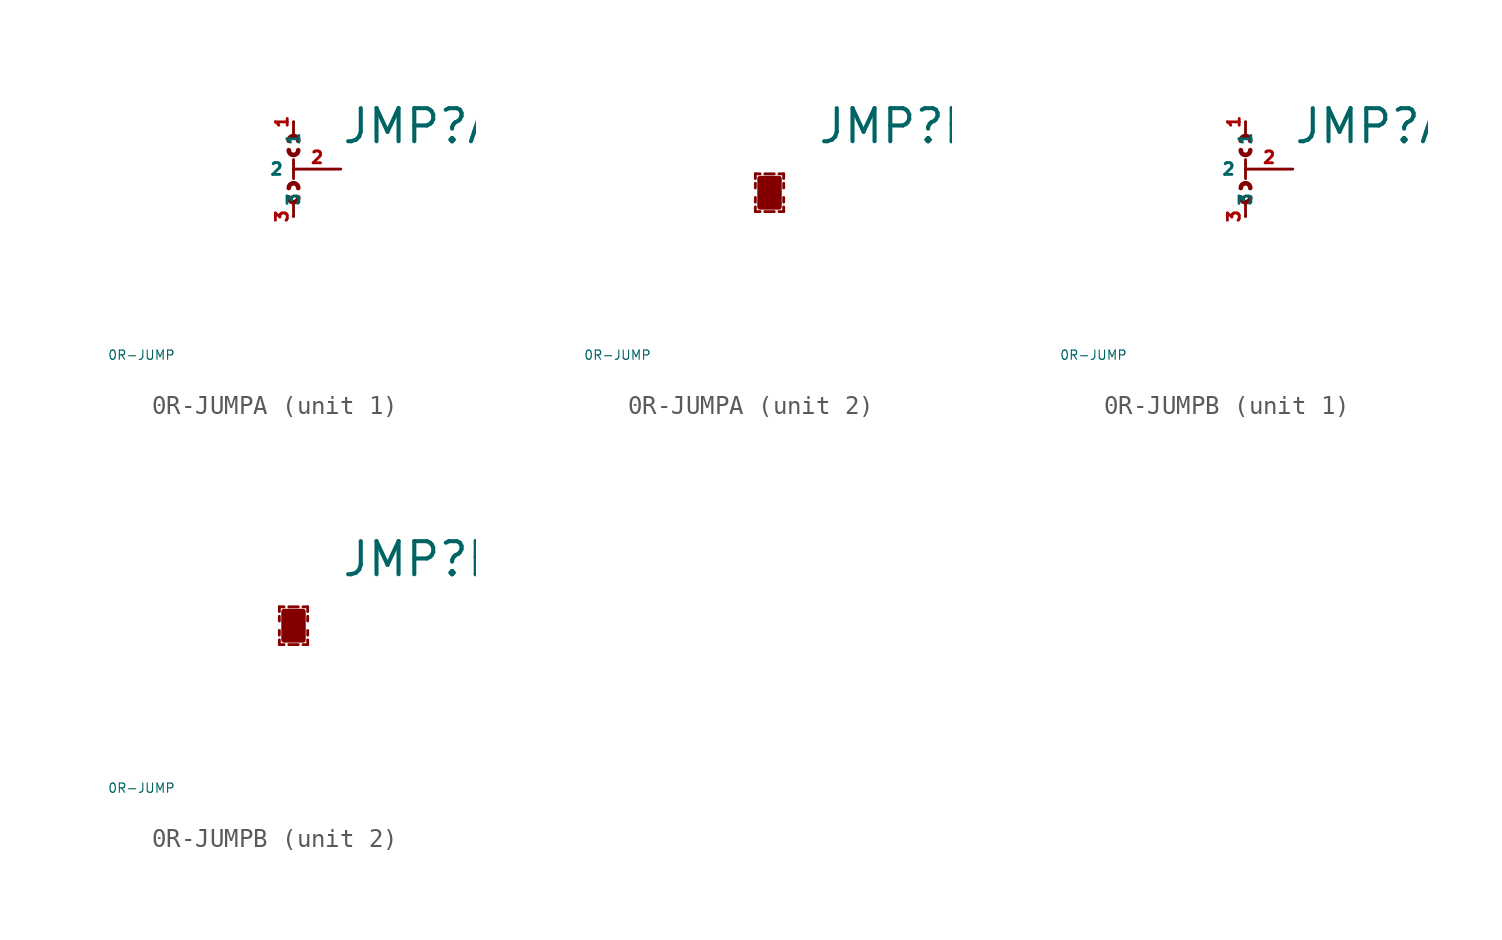
<source format=kicad_sym>
(kicad_symbol_lib
  (version 20220914)
  (generator kicad_symbol_editor)
  (symbol "0R-JUMPA"
    (property "Reference" "JMP"
      (at 2.54 1.27 0)
      (effects (font (size 1.778 1.778) (thickness 0.22)) (justify left bottom)))
    (property "Value" "0R-JUMP"
      (at -10 -10 0)
      (effects (font (size 0.5 0.5) (thickness 0.06)) (justify left)))
    (symbol "0R-JUMPA_1_0"
      (arc (start -0.254 -1.524) (mid 0 -1.7769) (end 0.254 -1.524) (stroke (width 0.25) (type default)) (fill (type none)))
      (arc (start -0.254 1.016) (mid 0 0.7631) (end 0.254 1.016) (stroke (width 0.25) (type default)) (fill (type none)))
      (polyline (pts (xy 0 -2.54) (xy 0 -1.778)) (stroke (width 0.152) (type default)) (fill (type none)))
      (polyline (pts (xy 0 0.508) (xy 0 -0.508)) (stroke (width 0.152) (type default)) (fill (type none)))
      (polyline (pts (xy 0 2.54) (xy 0 1.778)) (stroke (width 0.152) (type default)) (fill (type none)))
      (arc (start 0.254 -1.016) (mid 0 -0.7631) (end -0.254 -1.016) (stroke (width 0.25) (type default)) (fill (type none)))
      (arc (start 0.254 1.524) (mid 0 1.7769) (end -0.254 1.524) (stroke (width 0.25) (type default)) (fill (type none)))
      (pin passive line (at 0 2.54 270) (length 0) (name "1" (effects (font (size 0.635 0.635)))) (number "1" (effects (font (size 0.635 0.635)))))
      (pin passive line (at 2.54 0 180) (length 2.54) (name "2" (effects (font (size 0.635 0.635)))) (number "2" (effects (font (size 0.635 0.635)))))
      (pin passive line (at 0 -2.54 90) (length 0) (name "3" (effects (font (size 0.635 0.635)))) (number "3" (effects (font (size 0.635 0.635))))))
    (symbol "0R-JUMPA_2_0"
      (rectangle (start -0.508 -2.032) (end 0.508 -0.508) (stroke (width 0.3) (type default)) (fill (type outline)))
      (polyline (pts (xy -0.762 -2.286) (xy -0.762 -2.032)) (stroke (width 0.152) (type dash)) (fill (type none)))
      (polyline (pts (xy -0.762 -1.778) (xy -0.762 -1.524)) (stroke (width 0.152) (type dash)) (fill (type none)))
      (polyline (pts (xy -0.762 -1.016) (xy -0.762 -0.762)) (stroke (width 0.152) (type dash)) (fill (type none)))
      (polyline (pts (xy -0.762 -0.508) (xy -0.762 -0.254)) (stroke (width 0.152) (type dash)) (fill (type none)))
      (polyline (pts (xy -0.508 -2.286) (xy -0.762 -2.286)) (stroke (width 0.152) (type dash)) (fill (type none)))
      (polyline (pts (xy -0.508 -0.254) (xy -0.762 -0.254)) (stroke (width 0.152) (type dash)) (fill (type none)))
      (polyline (pts (xy 0.254 -2.286) (xy -0.254 -2.286)) (stroke (width 0.152) (type dash)) (fill (type none)))
      (polyline (pts (xy 0.254 -0.254) (xy -0.254 -0.254)) (stroke (width 0.152) (type dash)) (fill (type none)))
      (polyline (pts (xy 0.762 -2.286) (xy 0.508 -2.286)) (stroke (width 0.152) (type dash)) (fill (type none)))
      (polyline (pts (xy 0.762 -2.032) (xy 0.762 -2.286)) (stroke (width 0.152) (type dash)) (fill (type none)))
      (polyline (pts (xy 0.762 -1.524) (xy 0.762 -1.778)) (stroke (width 0.152) (type dash)) (fill (type none)))
      (polyline (pts (xy 0.762 -0.762) (xy 0.762 -1.016)) (stroke (width 0.152) (type dash)) (fill (type none)))
      (polyline (pts (xy 0.762 -0.254) (xy 0.508 -0.254)) (stroke (width 0.152) (type dash)) (fill (type none)))
      (polyline (pts (xy 0.762 -0.254) (xy 0.762 -0.508)) (stroke (width 0.152) (type dash)) (fill (type none)))))
  (symbol "0R-JUMPB"
    (property "Reference" "JMP"
      (at 2.54 1.27 0)
      (effects (font (size 1.778 1.778) (thickness 0.22)) (justify left bottom)))
    (property "Value" "0R-JUMP"
      (at -10 -10 0)
      (effects (font (size 0.5 0.5) (thickness 0.06)) (justify left)))
    (symbol "0R-JUMPB_1_0"
      (arc (start -0.254 -1.524) (mid 0 -1.7769) (end 0.254 -1.524) (stroke (width 0.25) (type default)) (fill (type none)))
      (arc (start -0.254 1.016) (mid 0 0.7631) (end 0.254 1.016) (stroke (width 0.25) (type default)) (fill (type none)))
      (polyline (pts (xy 0 -2.54) (xy 0 -1.778)) (stroke (width 0.152) (type default)) (fill (type none)))
      (polyline (pts (xy 0 0.508) (xy 0 -0.508)) (stroke (width 0.152) (type default)) (fill (type none)))
      (polyline (pts (xy 0 2.54) (xy 0 1.778)) (stroke (width 0.152) (type default)) (fill (type none)))
      (arc (start 0.254 -1.016) (mid 0 -0.7631) (end -0.254 -1.016) (stroke (width 0.25) (type default)) (fill (type none)))
      (arc (start 0.254 1.524) (mid 0 1.7769) (end -0.254 1.524) (stroke (width 0.25) (type default)) (fill (type none)))
      (pin passive line (at 0 2.54 270) (length 0) (name "1" (effects (font (size 0.635 0.635)))) (number "1" (effects (font (size 0.635 0.635)))))
      (pin passive line (at 2.54 0 180) (length 2.54) (name "2" (effects (font (size 0.635 0.635)))) (number "2" (effects (font (size 0.635 0.635)))))
      (pin passive line (at 0 -2.54 90) (length 0) (name "3" (effects (font (size 0.635 0.635)))) (number "3" (effects (font (size 0.635 0.635))))))
    (symbol "0R-JUMPB_2_0"
      (rectangle (start -0.508 -2.032) (end 0.508 -0.508) (stroke (width 0.3) (type default)) (fill (type outline)))
      (polyline (pts (xy -0.762 -2.286) (xy -0.762 -2.032)) (stroke (width 0.152) (type dash)) (fill (type none)))
      (polyline (pts (xy -0.762 -1.778) (xy -0.762 -1.524)) (stroke (width 0.152) (type dash)) (fill (type none)))
      (polyline (pts (xy -0.762 -1.016) (xy -0.762 -0.762)) (stroke (width 0.152) (type dash)) (fill (type none)))
      (polyline (pts (xy -0.762 -0.508) (xy -0.762 -0.254)) (stroke (width 0.152) (type dash)) (fill (type none)))
      (polyline (pts (xy -0.508 -2.286) (xy -0.762 -2.286)) (stroke (width 0.152) (type dash)) (fill (type none)))
      (polyline (pts (xy -0.508 -0.254) (xy -0.762 -0.254)) (stroke (width 0.152) (type dash)) (fill (type none)))
      (polyline (pts (xy 0.254 -2.286) (xy -0.254 -2.286)) (stroke (width 0.152) (type dash)) (fill (type none)))
      (polyline (pts (xy 0.254 -0.254) (xy -0.254 -0.254)) (stroke (width 0.152) (type dash)) (fill (type none)))
      (polyline (pts (xy 0.762 -2.286) (xy 0.508 -2.286)) (stroke (width 0.152) (type dash)) (fill (type none)))
      (polyline (pts (xy 0.762 -2.032) (xy 0.762 -2.286)) (stroke (width 0.152) (type dash)) (fill (type none)))
      (polyline (pts (xy 0.762 -1.524) (xy 0.762 -1.778)) (stroke (width 0.152) (type dash)) (fill (type none)))
      (polyline (pts (xy 0.762 -0.762) (xy 0.762 -1.016)) (stroke (width 0.152) (type dash)) (fill (type none)))
      (polyline (pts (xy 0.762 -0.254) (xy 0.508 -0.254)) (stroke (width 0.152) (type dash)) (fill (type none)))
      (polyline (pts (xy 0.762 -0.254) (xy 0.762 -0.508)) (stroke (width 0.152) (type dash)) (fill (type none))))))
</source>
